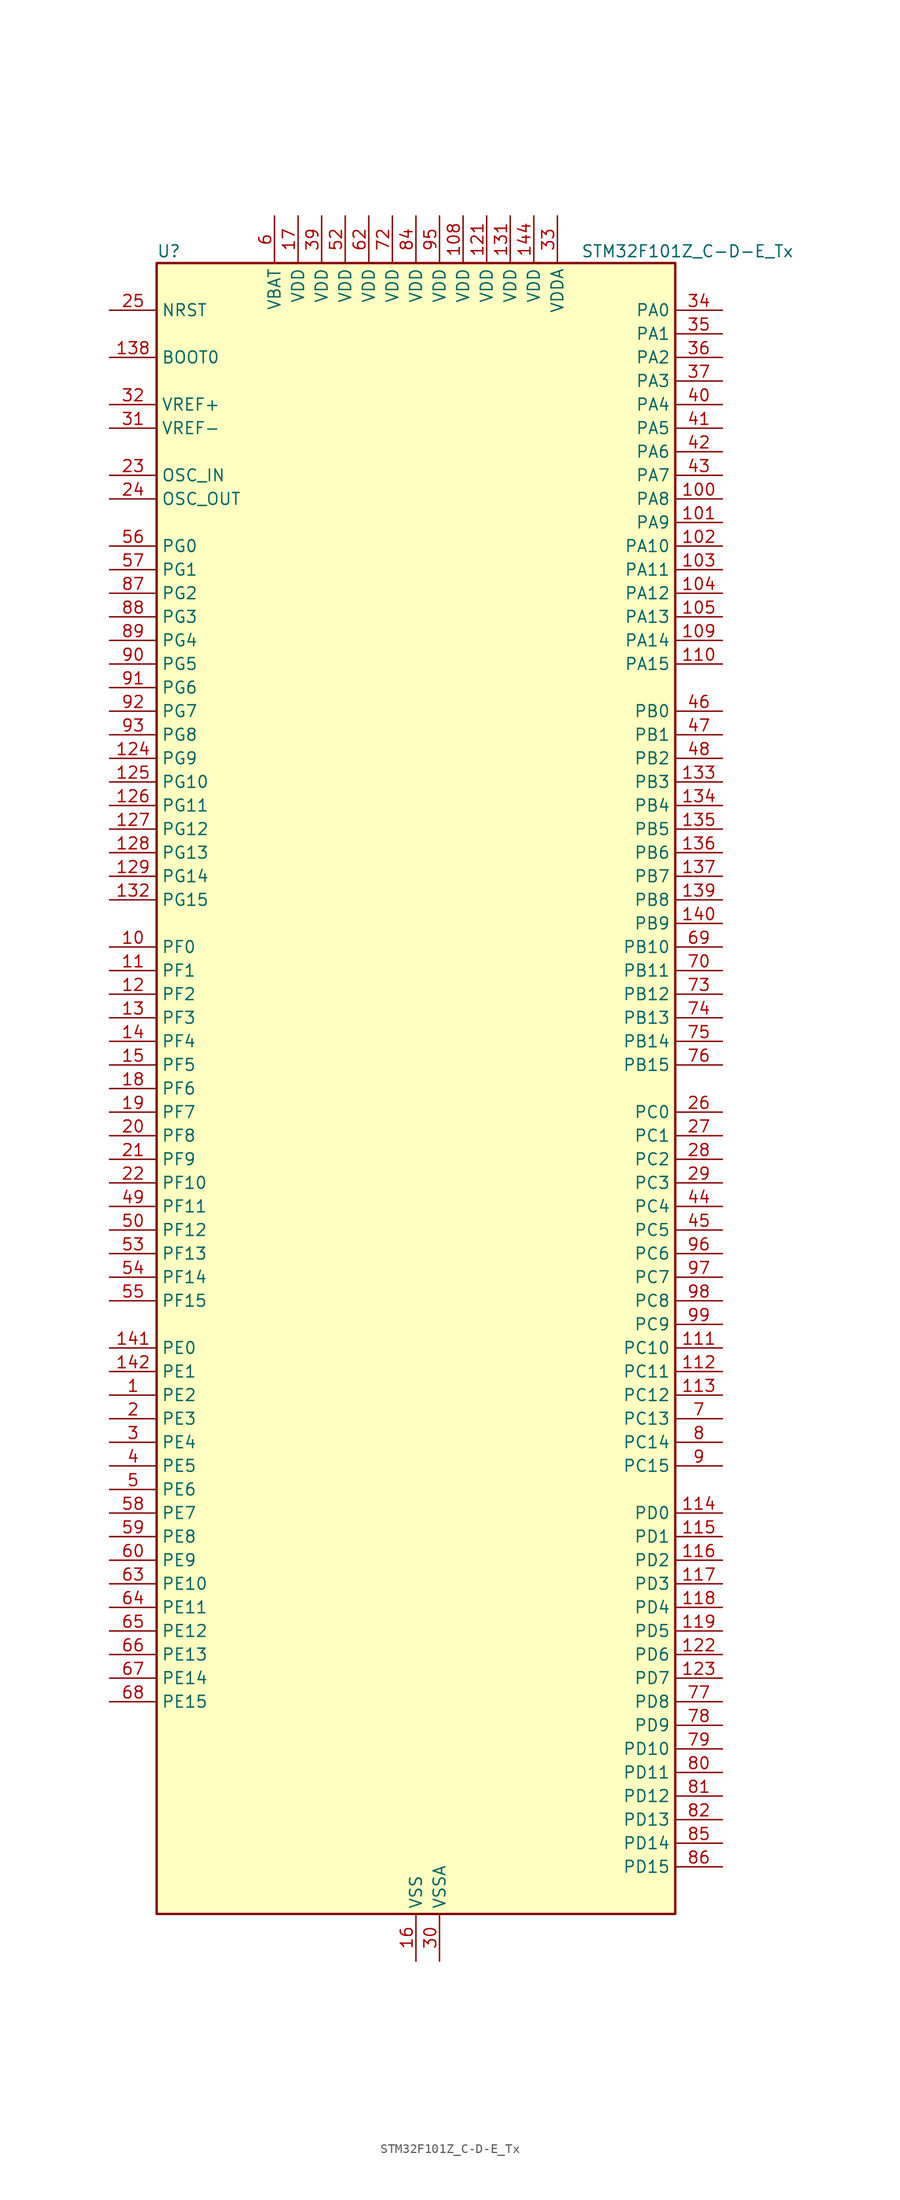
<source format=kicad_sym>
(kicad_symbol_lib
  (version 20241209)
  (generator "kicad_symbol_editor")
  (generator_version "9.0")
  (symbol "STM32F101Z_C-D-E_Tx"
    (property "Reference" "U"
      (at -27.94 90.17 0)
      (effects (font (size 1.27 1.27)) (justify left)))
    (property "Value" "STM32F101Z_C-D-E_Tx"
      (at 17.78 90.17 0)
      (effects (font (size 1.27 1.27)) (justify left)))
    (symbol "STM32F101Z_C-D-E_Tx_0_1"
      (rectangle (start -27.94 -88.9) (end 27.94 88.9) (stroke (width 0.254) (type default)) (fill (type background))))
    (symbol "STM32F101Z_C-D-E_Tx_1_1"
      (pin input line (at -33.02 83.82 0) (length 5.08) (name "NRST" (effects (font (size 1.27 1.27)))) (number "25" (effects (font (size 1.27 1.27)))))
      (pin input line (at -33.02 78.74 0) (length 5.08) (name "BOOT0" (effects (font (size 1.27 1.27)))) (number "138" (effects (font (size 1.27 1.27)))))
      (pin input line (at -33.02 73.66 0) (length 5.08) (name "VREF+" (effects (font (size 1.27 1.27)))) (number "32" (effects (font (size 1.27 1.27)))))
      (pin input line (at -33.02 71.12 0) (length 5.08) (name "VREF-" (effects (font (size 1.27 1.27)))) (number "31" (effects (font (size 1.27 1.27)))))
      (pin input line (at -33.02 66.04 0) (length 5.08) (name "OSC_IN" (effects (font (size 1.27 1.27)))) (number "23" (effects (font (size 1.27 1.27)))) (alternate "RCC_OSC_IN" bidirectional line))
      (pin input line (at -33.02 63.5 0) (length 5.08) (name "OSC_OUT" (effects (font (size 1.27 1.27)))) (number "24" (effects (font (size 1.27 1.27)))) (alternate "RCC_OSC_OUT" bidirectional line))
      (pin bidirectional line (at -33.02 58.42 0) (length 5.08) (name "PG0" (effects (font (size 1.27 1.27)))) (number "56" (effects (font (size 1.27 1.27)))) (alternate "FSMC_A10" bidirectional line))
      (pin bidirectional line (at -33.02 55.88 0) (length 5.08) (name "PG1" (effects (font (size 1.27 1.27)))) (number "57" (effects (font (size 1.27 1.27)))) (alternate "FSMC_A11" bidirectional line))
      (pin bidirectional line (at -33.02 53.34 0) (length 5.08) (name "PG2" (effects (font (size 1.27 1.27)))) (number "87" (effects (font (size 1.27 1.27)))) (alternate "FSMC_A12" bidirectional line))
      (pin bidirectional line (at -33.02 50.8 0) (length 5.08) (name "PG3" (effects (font (size 1.27 1.27)))) (number "88" (effects (font (size 1.27 1.27)))) (alternate "FSMC_A13" bidirectional line))
      (pin bidirectional line (at -33.02 48.26 0) (length 5.08) (name "PG4" (effects (font (size 1.27 1.27)))) (number "89" (effects (font (size 1.27 1.27)))) (alternate "FSMC_A14" bidirectional line))
      (pin bidirectional line (at -33.02 45.72 0) (length 5.08) (name "PG5" (effects (font (size 1.27 1.27)))) (number "90" (effects (font (size 1.27 1.27)))) (alternate "FSMC_A15" bidirectional line))
      (pin bidirectional line (at -33.02 43.18 0) (length 5.08) (name "PG6" (effects (font (size 1.27 1.27)))) (number "91" (effects (font (size 1.27 1.27)))) (alternate "FSMC_INT2" bidirectional line))
      (pin bidirectional line (at -33.02 40.64 0) (length 5.08) (name "PG7" (effects (font (size 1.27 1.27)))) (number "92" (effects (font (size 1.27 1.27)))) (alternate "FSMC_INT3" bidirectional line))
      (pin bidirectional line (at -33.02 38.1 0) (length 5.08) (name "PG8" (effects (font (size 1.27 1.27)))) (number "93" (effects (font (size 1.27 1.27)))))
      (pin bidirectional line (at -33.02 35.56 0) (length 5.08) (name "PG9" (effects (font (size 1.27 1.27)))) (number "124" (effects (font (size 1.27 1.27)))) (alternate "DAC_EXTI9" bidirectional line) (alternate "FSMC_NCE3" bidirectional line) (alternate "FSMC_NE2" bidirectional line))
      (pin bidirectional line (at -33.02 33.02 0) (length 5.08) (name "PG10" (effects (font (size 1.27 1.27)))) (number "125" (effects (font (size 1.27 1.27)))) (alternate "FSMC_NCE4_1" bidirectional line) (alternate "FSMC_NE3" bidirectional line))
      (pin bidirectional line (at -33.02 30.48 0) (length 5.08) (name "PG11" (effects (font (size 1.27 1.27)))) (number "126" (effects (font (size 1.27 1.27)))) (alternate "ADC1_EXTI11" bidirectional line) (alternate "FSMC_NCE4_2" bidirectional line))
      (pin bidirectional line (at -33.02 27.94 0) (length 5.08) (name "PG12" (effects (font (size 1.27 1.27)))) (number "127" (effects (font (size 1.27 1.27)))) (alternate "FSMC_NE4" bidirectional line))
      (pin bidirectional line (at -33.02 25.4 0) (length 5.08) (name "PG13" (effects (font (size 1.27 1.27)))) (number "128" (effects (font (size 1.27 1.27)))) (alternate "FSMC_A24" bidirectional line))
      (pin bidirectional line (at -33.02 22.86 0) (length 5.08) (name "PG14" (effects (font (size 1.27 1.27)))) (number "129" (effects (font (size 1.27 1.27)))) (alternate "FSMC_A25" bidirectional line))
      (pin bidirectional line (at -33.02 20.32 0) (length 5.08) (name "PG15" (effects (font (size 1.27 1.27)))) (number "132" (effects (font (size 1.27 1.27)))) (alternate "ADC1_EXTI15" bidirectional line))
      (pin bidirectional line (at -33.02 15.24 0) (length 5.08) (name "PF0" (effects (font (size 1.27 1.27)))) (number "10" (effects (font (size 1.27 1.27)))) (alternate "FSMC_A0" bidirectional line))
      (pin bidirectional line (at -33.02 12.7 0) (length 5.08) (name "PF1" (effects (font (size 1.27 1.27)))) (number "11" (effects (font (size 1.27 1.27)))) (alternate "FSMC_A1" bidirectional line))
      (pin bidirectional line (at -33.02 10.16 0) (length 5.08) (name "PF2" (effects (font (size 1.27 1.27)))) (number "12" (effects (font (size 1.27 1.27)))) (alternate "FSMC_A2" bidirectional line))
      (pin bidirectional line (at -33.02 7.62 0) (length 5.08) (name "PF3" (effects (font (size 1.27 1.27)))) (number "13" (effects (font (size 1.27 1.27)))) (alternate "FSMC_A3" bidirectional line))
      (pin bidirectional line (at -33.02 5.08 0) (length 5.08) (name "PF4" (effects (font (size 1.27 1.27)))) (number "14" (effects (font (size 1.27 1.27)))) (alternate "FSMC_A4" bidirectional line))
      (pin bidirectional line (at -33.02 2.54 0) (length 5.08) (name "PF5" (effects (font (size 1.27 1.27)))) (number "15" (effects (font (size 1.27 1.27)))) (alternate "FSMC_A5" bidirectional line))
      (pin bidirectional line (at -33.02 0 0) (length 5.08) (name "PF6" (effects (font (size 1.27 1.27)))) (number "18" (effects (font (size 1.27 1.27)))) (alternate "FSMC_NIORD" bidirectional line))
      (pin bidirectional line (at -33.02 -2.54 0) (length 5.08) (name "PF7" (effects (font (size 1.27 1.27)))) (number "19" (effects (font (size 1.27 1.27)))) (alternate "FSMC_NREG" bidirectional line))
      (pin bidirectional line (at -33.02 -5.08 0) (length 5.08) (name "PF8" (effects (font (size 1.27 1.27)))) (number "20" (effects (font (size 1.27 1.27)))) (alternate "FSMC_NIOWR" bidirectional line))
      (pin bidirectional line (at -33.02 -7.62 0) (length 5.08) (name "PF9" (effects (font (size 1.27 1.27)))) (number "21" (effects (font (size 1.27 1.27)))) (alternate "DAC_EXTI9" bidirectional line) (alternate "FSMC_CD" bidirectional line))
      (pin bidirectional line (at -33.02 -10.16 0) (length 5.08) (name "PF10" (effects (font (size 1.27 1.27)))) (number "22" (effects (font (size 1.27 1.27)))) (alternate "FSMC_INTR" bidirectional line))
      (pin bidirectional line (at -33.02 -12.7 0) (length 5.08) (name "PF11" (effects (font (size 1.27 1.27)))) (number "49" (effects (font (size 1.27 1.27)))) (alternate "ADC1_EXTI11" bidirectional line) (alternate "FSMC_NIOS16" bidirectional line))
      (pin bidirectional line (at -33.02 -15.24 0) (length 5.08) (name "PF12" (effects (font (size 1.27 1.27)))) (number "50" (effects (font (size 1.27 1.27)))) (alternate "FSMC_A6" bidirectional line))
      (pin bidirectional line (at -33.02 -17.78 0) (length 5.08) (name "PF13" (effects (font (size 1.27 1.27)))) (number "53" (effects (font (size 1.27 1.27)))) (alternate "FSMC_A7" bidirectional line))
      (pin bidirectional line (at -33.02 -20.32 0) (length 5.08) (name "PF14" (effects (font (size 1.27 1.27)))) (number "54" (effects (font (size 1.27 1.27)))) (alternate "FSMC_A8" bidirectional line))
      (pin bidirectional line (at -33.02 -22.86 0) (length 5.08) (name "PF15" (effects (font (size 1.27 1.27)))) (number "55" (effects (font (size 1.27 1.27)))) (alternate "ADC1_EXTI15" bidirectional line) (alternate "FSMC_A9" bidirectional line))
      (pin bidirectional line (at -33.02 -27.94 0) (length 5.08) (name "PE0" (effects (font (size 1.27 1.27)))) (number "141" (effects (font (size 1.27 1.27)))) (alternate "FSMC_NBL0" bidirectional line) (alternate "TIM4_ETR" bidirectional line))
      (pin bidirectional line (at -33.02 -30.48 0) (length 5.08) (name "PE1" (effects (font (size 1.27 1.27)))) (number "142" (effects (font (size 1.27 1.27)))) (alternate "FSMC_NBL1" bidirectional line))
      (pin bidirectional line (at -33.02 -33.02 0) (length 5.08) (name "PE2" (effects (font (size 1.27 1.27)))) (number "1" (effects (font (size 1.27 1.27)))) (alternate "FSMC_A23" bidirectional line) (alternate "SYS_TRACECLK" bidirectional line))
      (pin bidirectional line (at -33.02 -35.56 0) (length 5.08) (name "PE3" (effects (font (size 1.27 1.27)))) (number "2" (effects (font (size 1.27 1.27)))) (alternate "FSMC_A19" bidirectional line) (alternate "SYS_TRACED0" bidirectional line))
      (pin bidirectional line (at -33.02 -38.1 0) (length 5.08) (name "PE4" (effects (font (size 1.27 1.27)))) (number "3" (effects (font (size 1.27 1.27)))) (alternate "FSMC_A20" bidirectional line) (alternate "SYS_TRACED1" bidirectional line))
      (pin bidirectional line (at -33.02 -40.64 0) (length 5.08) (name "PE5" (effects (font (size 1.27 1.27)))) (number "4" (effects (font (size 1.27 1.27)))) (alternate "FSMC_A21" bidirectional line) (alternate "SYS_TRACED2" bidirectional line))
      (pin bidirectional line (at -33.02 -43.18 0) (length 5.08) (name "PE6" (effects (font (size 1.27 1.27)))) (number "5" (effects (font (size 1.27 1.27)))) (alternate "FSMC_A22" bidirectional line) (alternate "SYS_TRACED3" bidirectional line))
      (pin bidirectional line (at -33.02 -45.72 0) (length 5.08) (name "PE7" (effects (font (size 1.27 1.27)))) (number "58" (effects (font (size 1.27 1.27)))) (alternate "FSMC_D4" bidirectional line) (alternate "FSMC_DA4" bidirectional line))
      (pin bidirectional line (at -33.02 -48.26 0) (length 5.08) (name "PE8" (effects (font (size 1.27 1.27)))) (number "59" (effects (font (size 1.27 1.27)))) (alternate "FSMC_D5" bidirectional line) (alternate "FSMC_DA5" bidirectional line))
      (pin bidirectional line (at -33.02 -50.8 0) (length 5.08) (name "PE9" (effects (font (size 1.27 1.27)))) (number "60" (effects (font (size 1.27 1.27)))) (alternate "DAC_EXTI9" bidirectional line) (alternate "FSMC_D6" bidirectional line) (alternate "FSMC_DA6" bidirectional line))
      (pin bidirectional line (at -33.02 -53.34 0) (length 5.08) (name "PE10" (effects (font (size 1.27 1.27)))) (number "63" (effects (font (size 1.27 1.27)))) (alternate "FSMC_D7" bidirectional line) (alternate "FSMC_DA7" bidirectional line))
      (pin bidirectional line (at -33.02 -55.88 0) (length 5.08) (name "PE11" (effects (font (size 1.27 1.27)))) (number "64" (effects (font (size 1.27 1.27)))) (alternate "ADC1_EXTI11" bidirectional line) (alternate "FSMC_D8" bidirectional line) (alternate "FSMC_DA8" bidirectional line))
      (pin bidirectional line (at -33.02 -58.42 0) (length 5.08) (name "PE12" (effects (font (size 1.27 1.27)))) (number "65" (effects (font (size 1.27 1.27)))) (alternate "FSMC_D9" bidirectional line) (alternate "FSMC_DA9" bidirectional line))
      (pin bidirectional line (at -33.02 -60.96 0) (length 5.08) (name "PE13" (effects (font (size 1.27 1.27)))) (number "66" (effects (font (size 1.27 1.27)))) (alternate "FSMC_D10" bidirectional line) (alternate "FSMC_DA10" bidirectional line))
      (pin bidirectional line (at -33.02 -63.5 0) (length 5.08) (name "PE14" (effects (font (size 1.27 1.27)))) (number "67" (effects (font (size 1.27 1.27)))) (alternate "FSMC_D11" bidirectional line) (alternate "FSMC_DA11" bidirectional line))
      (pin bidirectional line (at -33.02 -66.04 0) (length 5.08) (name "PE15" (effects (font (size 1.27 1.27)))) (number "68" (effects (font (size 1.27 1.27)))) (alternate "ADC1_EXTI15" bidirectional line) (alternate "FSMC_D12" bidirectional line) (alternate "FSMC_DA12" bidirectional line))
      (pin no_connect line (at -27.94 -88.9 0) (length 5.08) (hide yes) (name "NC" (effects (font (size 1.27 1.27)))) (number "106" (effects (font (size 1.27 1.27)))))
      (pin power_in line (at -15.24 93.98 270) (length 5.08) (name "VBAT" (effects (font (size 1.27 1.27)))) (number "6" (effects (font (size 1.27 1.27)))))
      (pin power_in line (at -12.7 93.98 270) (length 5.08) (name "VDD" (effects (font (size 1.27 1.27)))) (number "17" (effects (font (size 1.27 1.27)))))
      (pin power_in line (at -10.16 93.98 270) (length 5.08) (name "VDD" (effects (font (size 1.27 1.27)))) (number "39" (effects (font (size 1.27 1.27)))))
      (pin power_in line (at -7.62 93.98 270) (length 5.08) (name "VDD" (effects (font (size 1.27 1.27)))) (number "52" (effects (font (size 1.27 1.27)))))
      (pin power_in line (at -5.08 93.98 270) (length 5.08) (name "VDD" (effects (font (size 1.27 1.27)))) (number "62" (effects (font (size 1.27 1.27)))))
      (pin power_in line (at -2.54 93.98 270) (length 5.08) (name "VDD" (effects (font (size 1.27 1.27)))) (number "72" (effects (font (size 1.27 1.27)))))
      (pin power_in line (at 0 93.98 270) (length 5.08) (name "VDD" (effects (font (size 1.27 1.27)))) (number "84" (effects (font (size 1.27 1.27)))))
      (pin passive line (at 0 -93.98 90) (length 5.08) (hide yes) (name "VSS" (effects (font (size 1.27 1.27)))) (number "107" (effects (font (size 1.27 1.27)))))
      (pin passive line (at 0 -93.98 90) (length 5.08) (hide yes) (name "VSS" (effects (font (size 1.27 1.27)))) (number "120" (effects (font (size 1.27 1.27)))))
      (pin passive line (at 0 -93.98 90) (length 5.08) (hide yes) (name "VSS" (effects (font (size 1.27 1.27)))) (number "130" (effects (font (size 1.27 1.27)))))
      (pin passive line (at 0 -93.98 90) (length 5.08) (hide yes) (name "VSS" (effects (font (size 1.27 1.27)))) (number "143" (effects (font (size 1.27 1.27)))))
      (pin power_in line (at 0 -93.98 90) (length 5.08) (name "VSS" (effects (font (size 1.27 1.27)))) (number "16" (effects (font (size 1.27 1.27)))))
      (pin passive line (at 0 -93.98 90) (length 5.08) (hide yes) (name "VSS" (effects (font (size 1.27 1.27)))) (number "38" (effects (font (size 1.27 1.27)))))
      (pin passive line (at 0 -93.98 90) (length 5.08) (hide yes) (name "VSS" (effects (font (size 1.27 1.27)))) (number "51" (effects (font (size 1.27 1.27)))))
      (pin passive line (at 0 -93.98 90) (length 5.08) (hide yes) (name "VSS" (effects (font (size 1.27 1.27)))) (number "61" (effects (font (size 1.27 1.27)))))
      (pin passive line (at 0 -93.98 90) (length 5.08) (hide yes) (name "VSS" (effects (font (size 1.27 1.27)))) (number "71" (effects (font (size 1.27 1.27)))))
      (pin passive line (at 0 -93.98 90) (length 5.08) (hide yes) (name "VSS" (effects (font (size 1.27 1.27)))) (number "83" (effects (font (size 1.27 1.27)))))
      (pin passive line (at 0 -93.98 90) (length 5.08) (hide yes) (name "VSS" (effects (font (size 1.27 1.27)))) (number "94" (effects (font (size 1.27 1.27)))))
      (pin power_in line (at 2.54 93.98 270) (length 5.08) (name "VDD" (effects (font (size 1.27 1.27)))) (number "95" (effects (font (size 1.27 1.27)))))
      (pin power_in line (at 2.54 -93.98 90) (length 5.08) (name "VSSA" (effects (font (size 1.27 1.27)))) (number "30" (effects (font (size 1.27 1.27)))))
      (pin power_in line (at 5.08 93.98 270) (length 5.08) (name "VDD" (effects (font (size 1.27 1.27)))) (number "108" (effects (font (size 1.27 1.27)))))
      (pin power_in line (at 7.62 93.98 270) (length 5.08) (name "VDD" (effects (font (size 1.27 1.27)))) (number "121" (effects (font (size 1.27 1.27)))))
      (pin power_in line (at 10.16 93.98 270) (length 5.08) (name "VDD" (effects (font (size 1.27 1.27)))) (number "131" (effects (font (size 1.27 1.27)))))
      (pin power_in line (at 12.7 93.98 270) (length 5.08) (name "VDD" (effects (font (size 1.27 1.27)))) (number "144" (effects (font (size 1.27 1.27)))))
      (pin power_in line (at 15.24 93.98 270) (length 5.08) (name "VDDA" (effects (font (size 1.27 1.27)))) (number "33" (effects (font (size 1.27 1.27)))))
      (pin bidirectional line (at 33.02 83.82 180) (length 5.08) (name "PA0" (effects (font (size 1.27 1.27)))) (number "34" (effects (font (size 1.27 1.27)))) (alternate "ADC1_IN0" bidirectional line) (alternate "SYS_WKUP" bidirectional line) (alternate "TIM2_CH1" bidirectional line) (alternate "TIM2_ETR" bidirectional line) (alternate "TIM5_CH1" bidirectional line) (alternate "USART2_CTS" bidirectional line))
      (pin bidirectional line (at 33.02 81.28 180) (length 5.08) (name "PA1" (effects (font (size 1.27 1.27)))) (number "35" (effects (font (size 1.27 1.27)))) (alternate "ADC1_IN1" bidirectional line) (alternate "TIM2_CH2" bidirectional line) (alternate "TIM5_CH2" bidirectional line) (alternate "USART2_RTS" bidirectional line))
      (pin bidirectional line (at 33.02 78.74 180) (length 5.08) (name "PA2" (effects (font (size 1.27 1.27)))) (number "36" (effects (font (size 1.27 1.27)))) (alternate "ADC1_IN2" bidirectional line) (alternate "TIM2_CH3" bidirectional line) (alternate "TIM5_CH3" bidirectional line) (alternate "USART2_TX" bidirectional line))
      (pin bidirectional line (at 33.02 76.2 180) (length 5.08) (name "PA3" (effects (font (size 1.27 1.27)))) (number "37" (effects (font (size 1.27 1.27)))) (alternate "ADC1_IN3" bidirectional line) (alternate "TIM2_CH4" bidirectional line) (alternate "TIM5_CH4" bidirectional line) (alternate "USART2_RX" bidirectional line))
      (pin bidirectional line (at 33.02 73.66 180) (length 5.08) (name "PA4" (effects (font (size 1.27 1.27)))) (number "40" (effects (font (size 1.27 1.27)))) (alternate "ADC1_IN4" bidirectional line) (alternate "DAC_OUT1" bidirectional line) (alternate "SPI1_NSS" bidirectional line) (alternate "USART2_CK" bidirectional line))
      (pin bidirectional line (at 33.02 71.12 180) (length 5.08) (name "PA5" (effects (font (size 1.27 1.27)))) (number "41" (effects (font (size 1.27 1.27)))) (alternate "ADC1_IN5" bidirectional line) (alternate "DAC_OUT2" bidirectional line) (alternate "SPI1_SCK" bidirectional line))
      (pin bidirectional line (at 33.02 68.58 180) (length 5.08) (name "PA6" (effects (font (size 1.27 1.27)))) (number "42" (effects (font (size 1.27 1.27)))) (alternate "ADC1_IN6" bidirectional line) (alternate "SPI1_MISO" bidirectional line) (alternate "TIM3_CH1" bidirectional line))
      (pin bidirectional line (at 33.02 66.04 180) (length 5.08) (name "PA7" (effects (font (size 1.27 1.27)))) (number "43" (effects (font (size 1.27 1.27)))) (alternate "ADC1_IN7" bidirectional line) (alternate "SPI1_MOSI" bidirectional line) (alternate "TIM3_CH2" bidirectional line))
      (pin bidirectional line (at 33.02 63.5 180) (length 5.08) (name "PA8" (effects (font (size 1.27 1.27)))) (number "100" (effects (font (size 1.27 1.27)))) (alternate "RCC_MCO" bidirectional line) (alternate "USART1_CK" bidirectional line))
      (pin bidirectional line (at 33.02 60.96 180) (length 5.08) (name "PA9" (effects (font (size 1.27 1.27)))) (number "101" (effects (font (size 1.27 1.27)))) (alternate "DAC_EXTI9" bidirectional line) (alternate "USART1_TX" bidirectional line))
      (pin bidirectional line (at 33.02 58.42 180) (length 5.08) (name "PA10" (effects (font (size 1.27 1.27)))) (number "102" (effects (font (size 1.27 1.27)))) (alternate "USART1_RX" bidirectional line))
      (pin bidirectional line (at 33.02 55.88 180) (length 5.08) (name "PA11" (effects (font (size 1.27 1.27)))) (number "103" (effects (font (size 1.27 1.27)))) (alternate "ADC1_EXTI11" bidirectional line) (alternate "USART1_CTS" bidirectional line))
      (pin bidirectional line (at 33.02 53.34 180) (length 5.08) (name "PA12" (effects (font (size 1.27 1.27)))) (number "104" (effects (font (size 1.27 1.27)))) (alternate "USART1_RTS" bidirectional line))
      (pin bidirectional line (at 33.02 50.8 180) (length 5.08) (name "PA13" (effects (font (size 1.27 1.27)))) (number "105" (effects (font (size 1.27 1.27)))) (alternate "SYS_JTMS-SWDIO" bidirectional line))
      (pin bidirectional line (at 33.02 48.26 180) (length 5.08) (name "PA14" (effects (font (size 1.27 1.27)))) (number "109" (effects (font (size 1.27 1.27)))) (alternate "SYS_JTCK-SWCLK" bidirectional line))
      (pin bidirectional line (at 33.02 45.72 180) (length 5.08) (name "PA15" (effects (font (size 1.27 1.27)))) (number "110" (effects (font (size 1.27 1.27)))) (alternate "ADC1_EXTI15" bidirectional line) (alternate "SPI1_NSS" bidirectional line) (alternate "SPI3_NSS" bidirectional line) (alternate "SYS_JTDI" bidirectional line) (alternate "TIM2_CH1" bidirectional line) (alternate "TIM2_ETR" bidirectional line))
      (pin bidirectional line (at 33.02 40.64 180) (length 5.08) (name "PB0" (effects (font (size 1.27 1.27)))) (number "46" (effects (font (size 1.27 1.27)))) (alternate "ADC1_IN8" bidirectional line) (alternate "TIM3_CH3" bidirectional line))
      (pin bidirectional line (at 33.02 38.1 180) (length 5.08) (name "PB1" (effects (font (size 1.27 1.27)))) (number "47" (effects (font (size 1.27 1.27)))) (alternate "ADC1_IN9" bidirectional line) (alternate "TIM3_CH4" bidirectional line))
      (pin bidirectional line (at 33.02 35.56 180) (length 5.08) (name "PB2" (effects (font (size 1.27 1.27)))) (number "48" (effects (font (size 1.27 1.27)))))
      (pin bidirectional line (at 33.02 33.02 180) (length 5.08) (name "PB3" (effects (font (size 1.27 1.27)))) (number "133" (effects (font (size 1.27 1.27)))) (alternate "SPI1_SCK" bidirectional line) (alternate "SPI3_SCK" bidirectional line) (alternate "SYS_JTDO-TRACESWO" bidirectional line) (alternate "TIM2_CH2" bidirectional line))
      (pin bidirectional line (at 33.02 30.48 180) (length 5.08) (name "PB4" (effects (font (size 1.27 1.27)))) (number "134" (effects (font (size 1.27 1.27)))) (alternate "SPI1_MISO" bidirectional line) (alternate "SPI3_MISO" bidirectional line) (alternate "SYS_NJTRST" bidirectional line) (alternate "TIM3_CH1" bidirectional line))
      (pin bidirectional line (at 33.02 27.94 180) (length 5.08) (name "PB5" (effects (font (size 1.27 1.27)))) (number "135" (effects (font (size 1.27 1.27)))) (alternate "I2C1_SMBA" bidirectional line) (alternate "SPI1_MOSI" bidirectional line) (alternate "SPI3_MOSI" bidirectional line) (alternate "TIM3_CH2" bidirectional line))
      (pin bidirectional line (at 33.02 25.4 180) (length 5.08) (name "PB6" (effects (font (size 1.27 1.27)))) (number "136" (effects (font (size 1.27 1.27)))) (alternate "I2C1_SCL" bidirectional line) (alternate "TIM4_CH1" bidirectional line) (alternate "USART1_TX" bidirectional line))
      (pin bidirectional line (at 33.02 22.86 180) (length 5.08) (name "PB7" (effects (font (size 1.27 1.27)))) (number "137" (effects (font (size 1.27 1.27)))) (alternate "FSMC_NL" bidirectional line) (alternate "I2C1_SDA" bidirectional line) (alternate "TIM4_CH2" bidirectional line) (alternate "USART1_RX" bidirectional line))
      (pin bidirectional line (at 33.02 20.32 180) (length 5.08) (name "PB8" (effects (font (size 1.27 1.27)))) (number "139" (effects (font (size 1.27 1.27)))) (alternate "I2C1_SCL" bidirectional line) (alternate "TIM4_CH3" bidirectional line))
      (pin bidirectional line (at 33.02 17.78 180) (length 5.08) (name "PB9" (effects (font (size 1.27 1.27)))) (number "140" (effects (font (size 1.27 1.27)))) (alternate "DAC_EXTI9" bidirectional line) (alternate "I2C1_SDA" bidirectional line) (alternate "TIM4_CH4" bidirectional line))
      (pin bidirectional line (at 33.02 15.24 180) (length 5.08) (name "PB10" (effects (font (size 1.27 1.27)))) (number "69" (effects (font (size 1.27 1.27)))) (alternate "I2C2_SCL" bidirectional line) (alternate "TIM2_CH3" bidirectional line) (alternate "USART3_TX" bidirectional line))
      (pin bidirectional line (at 33.02 12.7 180) (length 5.08) (name "PB11" (effects (font (size 1.27 1.27)))) (number "70" (effects (font (size 1.27 1.27)))) (alternate "ADC1_EXTI11" bidirectional line) (alternate "I2C2_SDA" bidirectional line) (alternate "TIM2_CH4" bidirectional line) (alternate "USART3_RX" bidirectional line))
      (pin bidirectional line (at 33.02 10.16 180) (length 5.08) (name "PB12" (effects (font (size 1.27 1.27)))) (number "73" (effects (font (size 1.27 1.27)))) (alternate "I2C2_SMBA" bidirectional line) (alternate "SPI2_NSS" bidirectional line) (alternate "USART3_CK" bidirectional line))
      (pin bidirectional line (at 33.02 7.62 180) (length 5.08) (name "PB13" (effects (font (size 1.27 1.27)))) (number "74" (effects (font (size 1.27 1.27)))) (alternate "SPI2_SCK" bidirectional line) (alternate "USART3_CTS" bidirectional line))
      (pin bidirectional line (at 33.02 5.08 180) (length 5.08) (name "PB14" (effects (font (size 1.27 1.27)))) (number "75" (effects (font (size 1.27 1.27)))) (alternate "SPI2_MISO" bidirectional line) (alternate "USART3_RTS" bidirectional line))
      (pin bidirectional line (at 33.02 2.54 180) (length 5.08) (name "PB15" (effects (font (size 1.27 1.27)))) (number "76" (effects (font (size 1.27 1.27)))) (alternate "ADC1_EXTI15" bidirectional line) (alternate "SPI2_MOSI" bidirectional line))
      (pin bidirectional line (at 33.02 -2.54 180) (length 5.08) (name "PC0" (effects (font (size 1.27 1.27)))) (number "26" (effects (font (size 1.27 1.27)))) (alternate "ADC1_IN10" bidirectional line))
      (pin bidirectional line (at 33.02 -5.08 180) (length 5.08) (name "PC1" (effects (font (size 1.27 1.27)))) (number "27" (effects (font (size 1.27 1.27)))) (alternate "ADC1_IN11" bidirectional line))
      (pin bidirectional line (at 33.02 -7.62 180) (length 5.08) (name "PC2" (effects (font (size 1.27 1.27)))) (number "28" (effects (font (size 1.27 1.27)))) (alternate "ADC1_IN12" bidirectional line))
      (pin bidirectional line (at 33.02 -10.16 180) (length 5.08) (name "PC3" (effects (font (size 1.27 1.27)))) (number "29" (effects (font (size 1.27 1.27)))) (alternate "ADC1_IN13" bidirectional line))
      (pin bidirectional line (at 33.02 -12.7 180) (length 5.08) (name "PC4" (effects (font (size 1.27 1.27)))) (number "44" (effects (font (size 1.27 1.27)))) (alternate "ADC1_IN14" bidirectional line))
      (pin bidirectional line (at 33.02 -15.24 180) (length 5.08) (name "PC5" (effects (font (size 1.27 1.27)))) (number "45" (effects (font (size 1.27 1.27)))) (alternate "ADC1_IN15" bidirectional line))
      (pin bidirectional line (at 33.02 -17.78 180) (length 5.08) (name "PC6" (effects (font (size 1.27 1.27)))) (number "96" (effects (font (size 1.27 1.27)))) (alternate "TIM3_CH1" bidirectional line))
      (pin bidirectional line (at 33.02 -20.32 180) (length 5.08) (name "PC7" (effects (font (size 1.27 1.27)))) (number "97" (effects (font (size 1.27 1.27)))) (alternate "TIM3_CH2" bidirectional line))
      (pin bidirectional line (at 33.02 -22.86 180) (length 5.08) (name "PC8" (effects (font (size 1.27 1.27)))) (number "98" (effects (font (size 1.27 1.27)))) (alternate "TIM3_CH3" bidirectional line))
      (pin bidirectional line (at 33.02 -25.4 180) (length 5.08) (name "PC9" (effects (font (size 1.27 1.27)))) (number "99" (effects (font (size 1.27 1.27)))) (alternate "DAC_EXTI9" bidirectional line) (alternate "TIM3_CH4" bidirectional line))
      (pin bidirectional line (at 33.02 -27.94 180) (length 5.08) (name "PC10" (effects (font (size 1.27 1.27)))) (number "111" (effects (font (size 1.27 1.27)))) (alternate "UART4_TX" bidirectional line) (alternate "USART3_TX" bidirectional line))
      (pin bidirectional line (at 33.02 -30.48 180) (length 5.08) (name "PC11" (effects (font (size 1.27 1.27)))) (number "112" (effects (font (size 1.27 1.27)))) (alternate "ADC1_EXTI11" bidirectional line) (alternate "UART4_RX" bidirectional line) (alternate "USART3_RX" bidirectional line))
      (pin bidirectional line (at 33.02 -33.02 180) (length 5.08) (name "PC12" (effects (font (size 1.27 1.27)))) (number "113" (effects (font (size 1.27 1.27)))) (alternate "UART5_TX" bidirectional line) (alternate "USART3_CK" bidirectional line))
      (pin bidirectional line (at 33.02 -35.56 180) (length 5.08) (name "PC13" (effects (font (size 1.27 1.27)))) (number "7" (effects (font (size 1.27 1.27)))) (alternate "RTC_OUT" bidirectional line) (alternate "RTC_TAMPER" bidirectional line))
      (pin bidirectional line (at 33.02 -38.1 180) (length 5.08) (name "PC14" (effects (font (size 1.27 1.27)))) (number "8" (effects (font (size 1.27 1.27)))) (alternate "RCC_OSC32_IN" bidirectional line))
      (pin bidirectional line (at 33.02 -40.64 180) (length 5.08) (name "PC15" (effects (font (size 1.27 1.27)))) (number "9" (effects (font (size 1.27 1.27)))) (alternate "ADC1_EXTI15" bidirectional line) (alternate "RCC_OSC32_OUT" bidirectional line))
      (pin bidirectional line (at 33.02 -45.72 180) (length 5.08) (name "PD0" (effects (font (size 1.27 1.27)))) (number "114" (effects (font (size 1.27 1.27)))) (alternate "FSMC_D2" bidirectional line) (alternate "FSMC_DA2" bidirectional line))
      (pin bidirectional line (at 33.02 -48.26 180) (length 5.08) (name "PD1" (effects (font (size 1.27 1.27)))) (number "115" (effects (font (size 1.27 1.27)))) (alternate "FSMC_D3" bidirectional line) (alternate "FSMC_DA3" bidirectional line))
      (pin bidirectional line (at 33.02 -50.8 180) (length 5.08) (name "PD2" (effects (font (size 1.27 1.27)))) (number "116" (effects (font (size 1.27 1.27)))) (alternate "TIM3_ETR" bidirectional line) (alternate "UART5_RX" bidirectional line))
      (pin bidirectional line (at 33.02 -53.34 180) (length 5.08) (name "PD3" (effects (font (size 1.27 1.27)))) (number "117" (effects (font (size 1.27 1.27)))) (alternate "FSMC_CLK" bidirectional line) (alternate "USART2_CTS" bidirectional line))
      (pin bidirectional line (at 33.02 -55.88 180) (length 5.08) (name "PD4" (effects (font (size 1.27 1.27)))) (number "118" (effects (font (size 1.27 1.27)))) (alternate "FSMC_NOE" bidirectional line) (alternate "USART2_RTS" bidirectional line))
      (pin bidirectional line (at 33.02 -58.42 180) (length 5.08) (name "PD5" (effects (font (size 1.27 1.27)))) (number "119" (effects (font (size 1.27 1.27)))) (alternate "FSMC_NWE" bidirectional line) (alternate "USART2_TX" bidirectional line))
      (pin bidirectional line (at 33.02 -60.96 180) (length 5.08) (name "PD6" (effects (font (size 1.27 1.27)))) (number "122" (effects (font (size 1.27 1.27)))) (alternate "FSMC_NWAIT" bidirectional line) (alternate "USART2_RX" bidirectional line))
      (pin bidirectional line (at 33.02 -63.5 180) (length 5.08) (name "PD7" (effects (font (size 1.27 1.27)))) (number "123" (effects (font (size 1.27 1.27)))) (alternate "FSMC_NCE2" bidirectional line) (alternate "FSMC_NE1" bidirectional line) (alternate "USART2_CK" bidirectional line))
      (pin bidirectional line (at 33.02 -66.04 180) (length 5.08) (name "PD8" (effects (font (size 1.27 1.27)))) (number "77" (effects (font (size 1.27 1.27)))) (alternate "FSMC_D13" bidirectional line) (alternate "FSMC_DA13" bidirectional line) (alternate "USART3_TX" bidirectional line))
      (pin bidirectional line (at 33.02 -68.58 180) (length 5.08) (name "PD9" (effects (font (size 1.27 1.27)))) (number "78" (effects (font (size 1.27 1.27)))) (alternate "DAC_EXTI9" bidirectional line) (alternate "FSMC_D14" bidirectional line) (alternate "FSMC_DA14" bidirectional line) (alternate "USART3_RX" bidirectional line))
      (pin bidirectional line (at 33.02 -71.12 180) (length 5.08) (name "PD10" (effects (font (size 1.27 1.27)))) (number "79" (effects (font (size 1.27 1.27)))) (alternate "FSMC_D15" bidirectional line) (alternate "FSMC_DA15" bidirectional line) (alternate "USART3_CK" bidirectional line))
      (pin bidirectional line (at 33.02 -73.66 180) (length 5.08) (name "PD11" (effects (font (size 1.27 1.27)))) (number "80" (effects (font (size 1.27 1.27)))) (alternate "ADC1_EXTI11" bidirectional line) (alternate "FSMC_A16" bidirectional line) (alternate "FSMC_CLE" bidirectional line) (alternate "USART3_CTS" bidirectional line))
      (pin bidirectional line (at 33.02 -76.2 180) (length 5.08) (name "PD12" (effects (font (size 1.27 1.27)))) (number "81" (effects (font (size 1.27 1.27)))) (alternate "FSMC_A17" bidirectional line) (alternate "FSMC_ALE" bidirectional line) (alternate "TIM4_CH1" bidirectional line) (alternate "USART3_RTS" bidirectional line))
      (pin bidirectional line (at 33.02 -78.74 180) (length 5.08) (name "PD13" (effects (font (size 1.27 1.27)))) (number "82" (effects (font (size 1.27 1.27)))) (alternate "FSMC_A18" bidirectional line) (alternate "TIM4_CH2" bidirectional line))
      (pin bidirectional line (at 33.02 -81.28 180) (length 5.08) (name "PD14" (effects (font (size 1.27 1.27)))) (number "85" (effects (font (size 1.27 1.27)))) (alternate "FSMC_D0" bidirectional line) (alternate "FSMC_DA0" bidirectional line) (alternate "TIM4_CH3" bidirectional line))
      (pin bidirectional line (at 33.02 -83.82 180) (length 5.08) (name "PD15" (effects (font (size 1.27 1.27)))) (number "86" (effects (font (size 1.27 1.27)))) (alternate "ADC1_EXTI15" bidirectional line) (alternate "FSMC_D1" bidirectional line) (alternate "FSMC_DA1" bidirectional line) (alternate "TIM4_CH4" bidirectional line)))))
</source>
